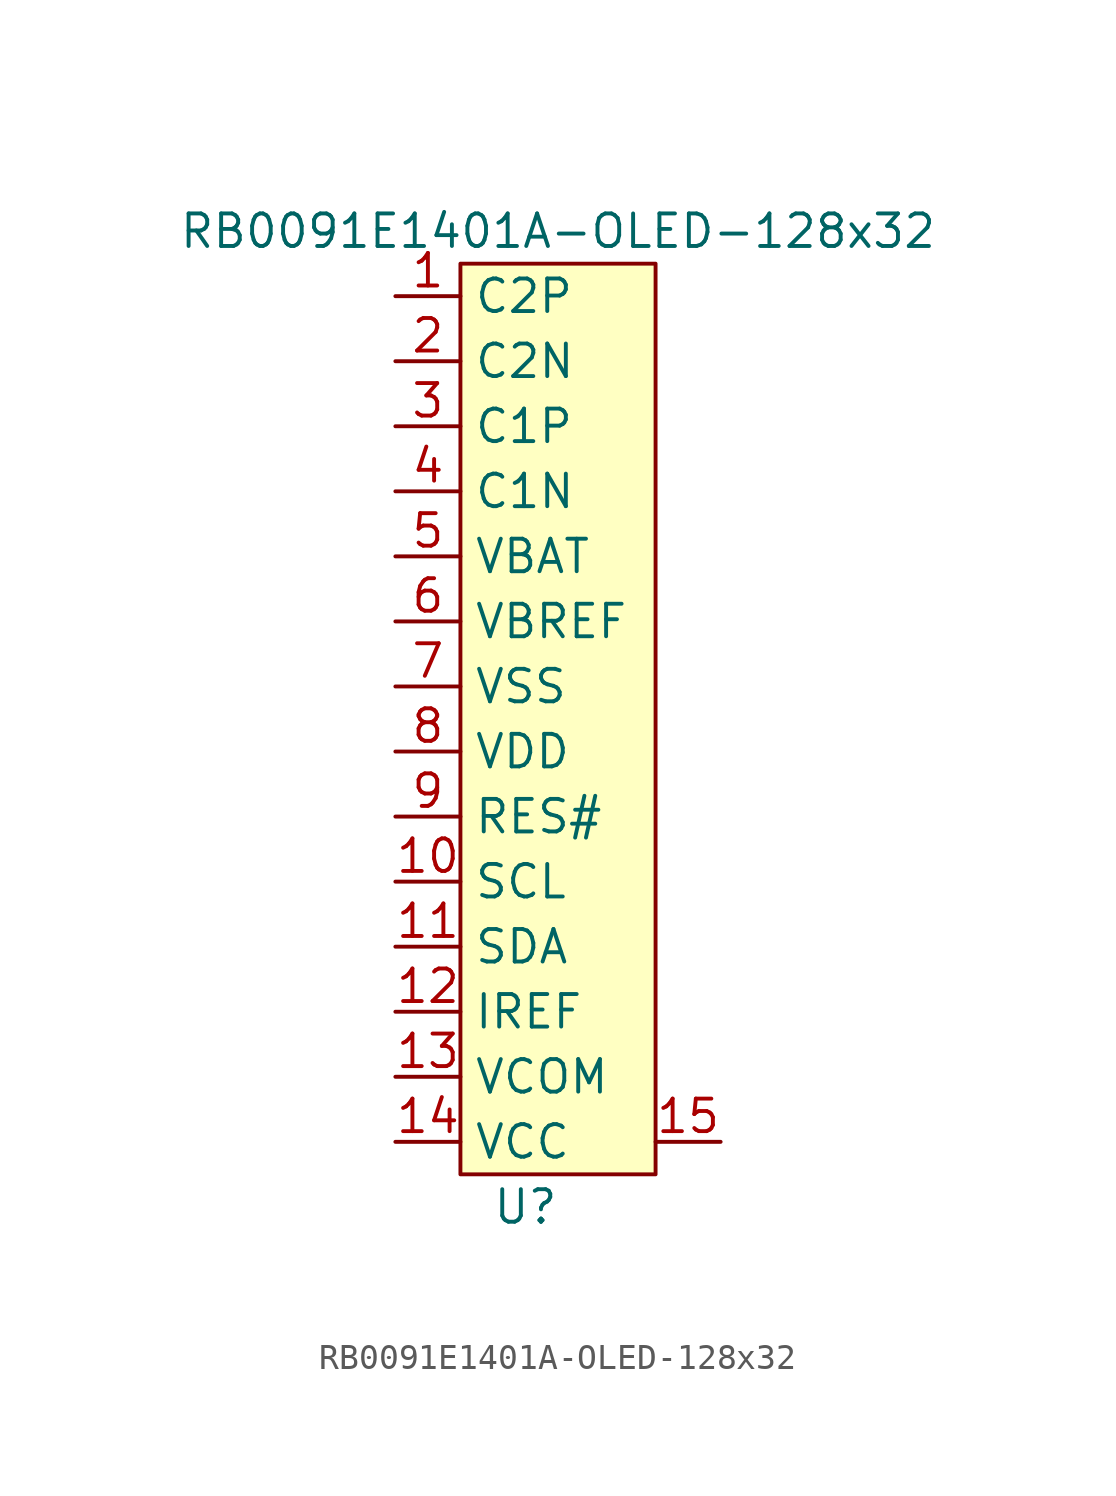
<source format=kicad_sym>
(kicad_symbol_lib
  (version 20211014)
  (generator kicad_symbol_editor)
  (symbol "RB0091E1401A-OLED-128x32"
    (property "Reference" "U"
      (at -1.27 -21.59 0)
      (effects (font (size 1.27 1.27))))
    (property "Value" "RB0091E1401A-OLED-128x32"
      (at 0 16.51 0)
      (effects (font (size 1.27 1.27))))
    (symbol "RB0091E1401A-OLED-128x32_0_1"
      (rectangle (start -3.81 15.24) (end 3.81 -20.32) (stroke (width 0.152) (type default) (color 0 0 0 0)) (fill (type background))))
    (symbol "RB0091E1401A-OLED-128x32_1_1"
      (pin input line (at -6.35 13.97 0) (length 2.54) (name "C2P" (effects (font (size 1.27 1.27)))) (number "1" (effects (font (size 1.27 1.27)))))
      (pin input line (at -6.35 -8.89 0) (length 2.54) (name "SCL" (effects (font (size 1.27 1.27)))) (number "10" (effects (font (size 1.27 1.27)))))
      (pin input line (at -6.35 -11.43 0) (length 2.54) (name "SDA" (effects (font (size 1.27 1.27)))) (number "11" (effects (font (size 1.27 1.27)))))
      (pin input line (at -6.35 -13.97 0) (length 2.54) (name "IREF" (effects (font (size 1.27 1.27)))) (number "12" (effects (font (size 1.27 1.27)))))
      (pin input line (at -6.35 -16.51 0) (length 2.54) (name "VCOM" (effects (font (size 1.27 1.27)))) (number "13" (effects (font (size 1.27 1.27)))))
      (pin input line (at -6.35 -19.05 0) (length 2.54) (name "VCC" (effects (font (size 1.27 1.27)))) (number "14" (effects (font (size 1.27 1.27)))))
      (pin input line (at 6.35 -19.05 180) (length 2.54) (name "~" (effects (font (size 1.27 1.27)))) (number "15" (effects (font (size 1.27 1.27)))))
      (pin input line (at -6.35 11.43 0) (length 2.54) (name "C2N" (effects (font (size 1.27 1.27)))) (number "2" (effects (font (size 1.27 1.27)))))
      (pin input line (at -6.35 8.89 0) (length 2.54) (name "C1P" (effects (font (size 1.27 1.27)))) (number "3" (effects (font (size 1.27 1.27)))))
      (pin input line (at -6.35 6.35 0) (length 2.54) (name "C1N" (effects (font (size 1.27 1.27)))) (number "4" (effects (font (size 1.27 1.27)))))
      (pin input line (at -6.35 3.81 0) (length 2.54) (name "VBAT" (effects (font (size 1.27 1.27)))) (number "5" (effects (font (size 1.27 1.27)))))
      (pin input line (at -6.35 1.27 0) (length 2.54) (name "VBREF" (effects (font (size 1.27 1.27)))) (number "6" (effects (font (size 1.27 1.27)))))
      (pin input line (at -6.35 -1.27 0) (length 2.54) (name "VSS" (effects (font (size 1.27 1.27)))) (number "7" (effects (font (size 1.27 1.27)))))
      (pin input line (at -6.35 -3.81 0) (length 2.54) (name "VDD" (effects (font (size 1.27 1.27)))) (number "8" (effects (font (size 1.27 1.27)))))
      (pin input line (at -6.35 -6.35 0) (length 2.54) (name "RES#" (effects (font (size 1.27 1.27)))) (number "9" (effects (font (size 1.27 1.27))))))))
</source>
